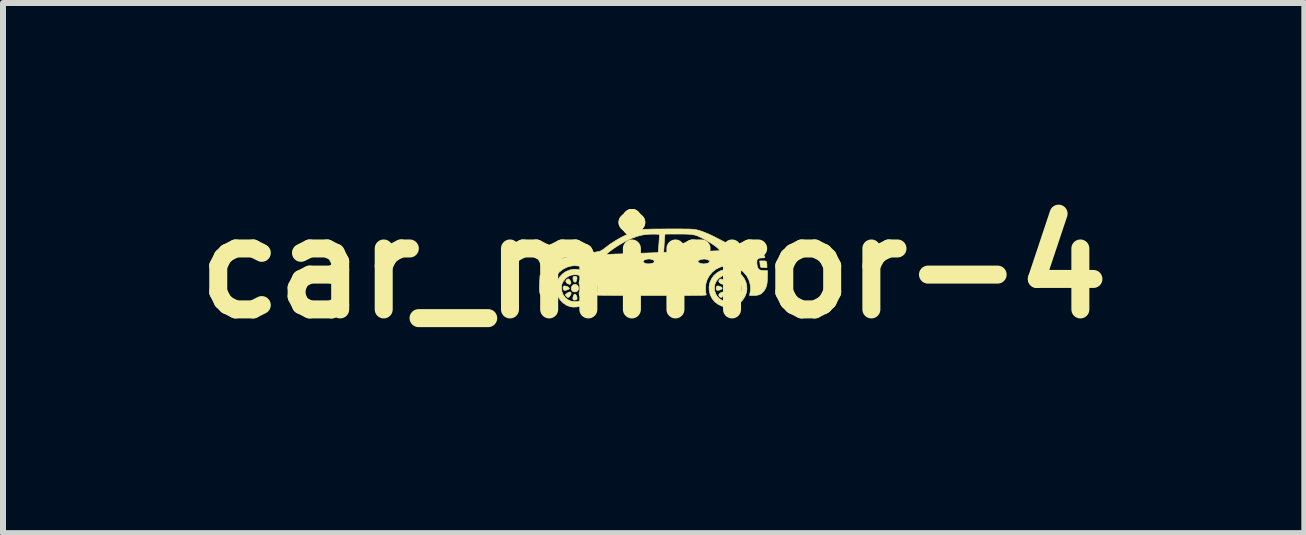
<source format=kicad_pcb>
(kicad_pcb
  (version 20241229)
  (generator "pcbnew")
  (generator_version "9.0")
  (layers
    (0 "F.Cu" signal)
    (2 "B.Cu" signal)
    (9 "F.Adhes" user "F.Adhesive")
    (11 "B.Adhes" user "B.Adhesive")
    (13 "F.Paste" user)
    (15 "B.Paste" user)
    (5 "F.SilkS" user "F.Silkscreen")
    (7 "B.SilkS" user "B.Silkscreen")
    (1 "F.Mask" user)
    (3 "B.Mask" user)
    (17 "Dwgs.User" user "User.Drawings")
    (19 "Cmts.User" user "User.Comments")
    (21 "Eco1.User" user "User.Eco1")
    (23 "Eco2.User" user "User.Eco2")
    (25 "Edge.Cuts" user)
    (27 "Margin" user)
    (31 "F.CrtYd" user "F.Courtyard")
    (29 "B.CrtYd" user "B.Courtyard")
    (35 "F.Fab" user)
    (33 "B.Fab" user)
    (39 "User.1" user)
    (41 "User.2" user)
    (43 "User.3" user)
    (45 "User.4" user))
  (footprint "car_mirror-4"
    (layer "F.Cu")
    (at 7.845 1.418)
    (property "Reference" "car_mirror-4" (at 0 0 0) (layer "F.SilkS") (effects (font (size 1.524 1.524) (thickness 0.3))))
    (attr through_hole)
    (fp_poly (pts (xy -1.382 0.403) (xy -1.375 0.419) (xy -1.381 0.443) (xy -1.398 0.469) (xy -1.416 0.487) (xy -1.433 0.489) (xy -1.451 0.474) (xy -1.456 0.468) (xy -1.475 0.445) (xy -1.452 0.426) (xy -1.422 0.405) (xy -1.398 0.398) (xy -1.382 0.403)) (stroke (width 0.01) (type solid)) (fill yes) (layer "F.SilkS"))
    (fp_poly (pts (xy 1.141 0.187) (xy 1.159 0.209) (xy 1.164 0.22) (xy 1.173 0.248) (xy 1.169 0.266) (xy 1.155 0.271) (xy 1.13 0.264) (xy 1.111 0.254) (xy 1.09 0.235) (xy 1.085 0.215) (xy 1.097 0.194) (xy 1.1 0.191) (xy 1.121 0.181) (xy 1.141 0.187)) (stroke (width 0.01) (type solid)) (fill yes) (layer "F.SilkS"))
    (fp_poly (pts (xy 1.172 0.41) (xy 1.17 0.433) (xy 1.16 0.456) (xy 1.143 0.482) (xy 1.124 0.491) (xy 1.105 0.483) (xy 1.098 0.476) (xy 1.085 0.454) (xy 1.089 0.434) (xy 1.11 0.416) (xy 1.111 0.415) (xy 1.142 0.4) (xy 1.162 0.399) (xy 1.172 0.41)) (stroke (width 0.01) (type solid)) (fill yes) (layer "F.SilkS"))
    (fp_poly (pts (xy -1.419 0.181) (xy -1.402 0.194) (xy -1.387 0.217) (xy -1.378 0.243) (xy -1.378 0.246) (xy -1.382 0.263) (xy -1.398 0.27) (xy -1.422 0.265) (xy -1.445 0.252) (xy -1.46 0.234) (xy -1.465 0.22) (xy -1.459 0.203) (xy -1.444 0.188) (xy -1.427 0.18) (xy -1.419 0.181)) (stroke (width 0.01) (type solid)) (fill yes) (layer "F.SilkS"))
    (fp_poly (pts (xy -1.292 0.139) (xy -1.279 0.152) (xy -1.278 0.177) (xy -1.288 0.214) (xy -1.291 0.222) (xy -1.303 0.235) (xy -1.318 0.235) (xy -1.333 0.221) (xy -1.337 0.213) (xy -1.344 0.186) (xy -1.345 0.164) (xy -1.339 0.146) (xy -1.325 0.138) (xy -1.317 0.137) (xy -1.292 0.139)) (stroke (width 0.01) (type solid)) (fill yes) (layer "F.SilkS"))
    (fp_poly (pts (xy -1.125 0.306) (xy -1.112 0.322) (xy -1.112 0.348) (xy -1.112 0.35) (xy -1.124 0.367) (xy -1.147 0.372) (xy -1.181 0.365) (xy -1.187 0.363) (xy -1.205 0.353) (xy -1.214 0.342) (xy -1.211 0.329) (xy -1.196 0.316) (xy -1.173 0.306) (xy -1.151 0.302) (xy -1.125 0.306)) (stroke (width 0.01) (type solid)) (fill yes) (layer "F.SilkS"))
    (fp_poly (pts (xy -1.301 0.439) (xy -1.287 0.459) (xy -1.278 0.485) (xy -1.277 0.51) (xy -1.28 0.519) (xy -1.293 0.529) (xy -1.314 0.534) (xy -1.334 0.532) (xy -1.341 0.528) (xy -1.346 0.512) (xy -1.345 0.489) (xy -1.339 0.464) (xy -1.33 0.448) (xy -1.317 0.435) (xy -1.307 0.435) (xy -1.301 0.439)) (stroke (width 0.01) (type solid)) (fill yes) (layer "F.SilkS"))
    (fp_poly (pts (xy -1.277 0.282) (xy -1.257 0.306) (xy -1.249 0.336) (xy -1.255 0.363) (xy -1.272 0.384) (xy -1.298 0.396) (xy -1.329 0.397) (xy -1.344 0.392) (xy -1.361 0.378) (xy -1.371 0.354) (xy -1.374 0.328) (xy -1.371 0.317) (xy -1.354 0.289) (xy -1.329 0.273) (xy -1.302 0.271) (xy -1.277 0.282)) (stroke (width 0.01) (type solid)) (fill yes) (layer "F.SilkS"))
    (fp_poly (pts (xy 1.084 0.3) (xy 1.108 0.307) (xy 1.129 0.319) (xy 1.142 0.331) (xy 1.143 0.335) (xy 1.136 0.349) (xy 1.118 0.36) (xy 1.094 0.368) (xy 1.07 0.371) (xy 1.052 0.368) (xy 1.045 0.361) (xy 1.041 0.336) (xy 1.046 0.314) (xy 1.058 0.3) (xy 1.064 0.298) (xy 1.084 0.3)) (stroke (width 0.01) (type solid)) (fill yes) (layer "F.SilkS"))
    (fp_poly (pts (xy 1.259 0.139) (xy 1.272 0.152) (xy 1.274 0.176) (xy 1.269 0.197) (xy 1.256 0.223) (xy 1.241 0.235) (xy 1.225 0.231) (xy 1.219 0.224) (xy 1.212 0.207) (xy 1.208 0.182) (xy 1.207 0.175) (xy 1.208 0.153) (xy 1.213 0.142) (xy 1.226 0.138) (xy 1.233 0.137) (xy 1.259 0.139)) (stroke (width 0.01) (type solid)) (fill yes) (layer "F.SilkS"))
    (fp_poly (pts (xy 1.412 0.298) (xy 1.43 0.309) (xy 1.438 0.331) (xy 1.436 0.35) (xy 1.428 0.367) (xy 1.41 0.372) (xy 1.407 0.372) (xy 1.381 0.368) (xy 1.363 0.362) (xy 1.343 0.346) (xy 1.34 0.331) (xy 1.353 0.316) (xy 1.368 0.308) (xy 1.391 0.301) (xy 1.409 0.298) (xy 1.412 0.298)) (stroke (width 0.01) (type solid)) (fill yes) (layer "F.SilkS"))
    (fp_poly (pts (xy -1.466 0.3) (xy -1.439 0.309) (xy -1.417 0.322) (xy -1.406 0.337) (xy -1.405 0.34) (xy -1.413 0.349) (xy -1.431 0.358) (xy -1.453 0.367) (xy -1.475 0.372) (xy -1.482 0.373) (xy -1.499 0.365) (xy -1.507 0.351) (xy -1.511 0.324) (xy -1.506 0.312) (xy -1.497 0.301) (xy -1.483 0.298) (xy -1.466 0.3)) (stroke (width 0.01) (type solid)) (fill yes) (layer "F.SilkS"))
    (fp_poly (pts (xy -1.211 0.403) (xy -1.186 0.415) (xy -1.165 0.43) (xy -1.161 0.435) (xy -1.155 0.447) (xy -1.16 0.462) (xy -1.165 0.469) (xy -1.183 0.487) (xy -1.203 0.489) (xy -1.224 0.473) (xy -1.227 0.469) (xy -1.239 0.447) (xy -1.244 0.425) (xy -1.243 0.407) (xy -1.234 0.398) (xy -1.231 0.398) (xy -1.211 0.403)) (stroke (width 0.01) (type solid)) (fill yes) (layer "F.SilkS"))
    (fp_poly (pts (xy 1.252 0.439) (xy 1.264 0.458) (xy 1.272 0.482) (xy 1.275 0.505) (xy 1.27 0.521) (xy 1.27 0.521) (xy 1.255 0.53) (xy 1.233 0.533) (xy 1.214 0.531) (xy 1.208 0.528) (xy 1.203 0.512) (xy 1.204 0.49) (xy 1.212 0.465) (xy 1.223 0.444) (xy 1.235 0.432) (xy 1.239 0.432) (xy 1.252 0.439)) (stroke (width 0.01) (type solid)) (fill yes) (layer "F.SilkS"))
    (fp_poly (pts (xy 1.365 0.183) (xy 1.381 0.196) (xy 1.394 0.21) (xy 1.397 0.218) (xy 1.389 0.234) (xy 1.371 0.251) (xy 1.348 0.265) (xy 1.325 0.271) (xy 1.323 0.271) (xy 1.308 0.266) (xy 1.304 0.252) (xy 1.308 0.231) (xy 1.32 0.208) (xy 1.334 0.188) (xy 1.348 0.178) (xy 1.35 0.178) (xy 1.365 0.183)) (stroke (width 0.01) (type solid)) (fill yes) (layer "F.SilkS"))
    (fp_poly (pts (xy -1.165 0.199) (xy -1.161 0.205) (xy -1.155 0.218) (xy -1.158 0.228) (xy -1.171 0.243) (xy -1.176 0.247) (xy -1.198 0.262) (xy -1.219 0.27) (xy -1.224 0.271) (xy -1.239 0.268) (xy -1.244 0.255) (xy -1.245 0.248) (xy -1.239 0.225) (xy -1.226 0.202) (xy -1.225 0.2) (xy -1.204 0.183) (xy -1.184 0.182) (xy -1.165 0.199)) (stroke (width 0.01) (type solid)) (fill yes) (layer "F.SilkS"))
    (fp_poly (pts (xy 1.267 0.279) (xy 1.288 0.298) (xy 1.3 0.326) (xy 1.301 0.328) (xy 1.299 0.355) (xy 1.284 0.378) (xy 1.262 0.392) (xy 1.235 0.397) (xy 1.208 0.39) (xy 1.195 0.381) (xy 1.182 0.359) (xy 1.177 0.332) (xy 1.18 0.306) (xy 1.183 0.3) (xy 1.2 0.285) (xy 1.224 0.274) (xy 1.243 0.271) (xy 1.267 0.279)) (stroke (width 0.01) (type solid)) (fill yes) (layer "F.SilkS"))
    (fp_poly (pts (xy 1.331 0.401) (xy 1.355 0.41) (xy 1.377 0.425) (xy 1.393 0.442) (xy 1.397 0.453) (xy 1.39 0.468) (xy 1.374 0.482) (xy 1.357 0.491) (xy 1.352 0.491) (xy 1.339 0.485) (xy 1.323 0.469) (xy 1.321 0.466) (xy 1.309 0.443) (xy 1.304 0.42) (xy 1.304 0.419) (xy 1.305 0.403) (xy 1.313 0.399) (xy 1.331 0.401)) (stroke (width 0.01) (type solid)) (fill yes) (layer "F.SilkS"))
    (fp_poly (pts (xy 1.852 -0.118) (xy 1.869 -0.116) (xy 1.877 -0.11) (xy 1.881 -0.099) (xy 1.883 -0.092) (xy 1.887 -0.063) (xy 1.888 -0.037) (xy 1.888 -0.008) (xy 1.838 -0.008) (xy 1.81 -0.01) (xy 1.79 -0.013) (xy 1.783 -0.016) (xy 1.78 -0.028) (xy 1.775 -0.051) (xy 1.773 -0.071) (xy 1.767 -0.119) (xy 1.822 -0.119) (xy 1.852 -0.118)) (stroke (width 0.01) (type solid)) (fill yes) (layer "F.SilkS"))
    (fp_poly (pts (xy -1.732 -0.013) (xy -1.727 -0.01) (xy -1.732 0.011) (xy -1.742 0.035) (xy -1.755 0.054) (xy -1.761 0.059) (xy -1.777 0.064) (xy -1.8 0.067) (xy -1.827 0.068) (xy -1.85 0.067) (xy -1.867 0.064) (xy -1.871 0.061) (xy -1.866 0.051) (xy -1.855 0.033) (xy -1.847 0.021) (xy -1.833 0.002) (xy -1.819 -0.009) (xy -1.8 -0.013) (xy -1.776 -0.015) (xy -1.75 -0.015) (xy -1.732 -0.013)) (stroke (width 0.01) (type solid)) (fill yes) (layer "F.SilkS"))
    (fp_poly (pts (xy 1.305 0.026) (xy 1.368 0.047) (xy 1.425 0.08) (xy 1.474 0.125) (xy 1.513 0.18) (xy 1.541 0.245) (xy 1.55 0.28) (xy 1.555 0.348) (xy 1.544 0.415) (xy 1.519 0.478) (xy 1.481 0.535) (xy 1.431 0.584) (xy 1.376 0.619) (xy 1.311 0.642) (xy 1.242 0.65) (xy 1.174 0.644) (xy 1.139 0.635) (xy 1.073 0.604) (xy 1.016 0.56) (xy 0.974 0.508) (xy 0.942 0.444) (xy 0.926 0.377) (xy 0.924 0.322) (xy 1.012 0.322) (xy 1.016 0.379) (xy 1.037 0.436) (xy 1.053 0.463) (xy 1.091 0.507) (xy 1.14 0.538) (xy 1.195 0.556) (xy 1.253 0.56) (xy 1.312 0.55) (xy 1.331 0.543) (xy 1.363 0.524) (xy 1.396 0.495) (xy 1.426 0.459) (xy 1.447 0.424) (xy 1.448 0.421) (xy 1.459 0.39) (xy 1.464 0.36) (xy 1.463 0.324) (xy 1.463 0.322) (xy 1.455 0.272) (xy 1.439 0.231) (xy 1.412 0.191) (xy 1.404 0.182) (xy 1.364 0.146) (xy 1.316 0.124) (xy 1.258 0.113) (xy 1.249 0.112) (xy 1.216 0.111) (xy 1.192 0.113) (xy 1.168 0.12) (xy 1.139 0.135) (xy 1.135 0.137) (xy 1.084 0.172) (xy 1.046 0.216) (xy 1.022 0.267) (xy 1.012 0.322) (xy 0.924 0.322) (xy 0.924 0.31) (xy 0.936 0.244) (xy 0.962 0.183) (xy 1.001 0.127) (xy 1.052 0.081) (xy 1.104 0.05) (xy 1.171 0.027) (xy 1.239 0.019) (xy 1.305 0.026)) (stroke (width 0.01) (type solid)) (fill yes) (layer "F.SilkS"))
    (fp_poly (pts (xy -1.25 0.025) (xy -1.186 0.045) (xy -1.128 0.078) (xy -1.078 0.123) (xy -1.038 0.178) (xy -1.01 0.242) (xy -1 0.284) (xy -0.996 0.352) (xy -1.007 0.419) (xy -1.033 0.482) (xy -1.071 0.539) (xy -1.122 0.587) (xy -1.182 0.624) (xy -1.183 0.624) (xy -1.23 0.64) (xy -1.286 0.648) (xy -1.342 0.65) (xy -1.392 0.643) (xy -1.392 0.643) (xy -1.452 0.62) (xy -1.508 0.582) (xy -1.557 0.533) (xy -1.594 0.476) (xy -1.599 0.467) (xy -1.61 0.442) (xy -1.616 0.419) (xy -1.62 0.392) (xy -1.621 0.357) (xy -1.621 0.334) (xy -1.536 0.334) (xy -1.528 0.396) (xy -1.506 0.45) (xy -1.472 0.494) (xy -1.429 0.528) (xy -1.377 0.551) (xy -1.319 0.56) (xy -1.257 0.554) (xy -1.233 0.549) (xy -1.195 0.53) (xy -1.158 0.499) (xy -1.125 0.461) (xy -1.102 0.419) (xy -1.096 0.402) (xy -1.086 0.342) (xy -1.092 0.285) (xy -1.11 0.232) (xy -1.141 0.186) (xy -1.181 0.149) (xy -1.23 0.124) (xy -1.286 0.111) (xy -1.304 0.11) (xy -1.369 0.117) (xy -1.424 0.139) (xy -1.471 0.174) (xy -1.509 0.225) (xy -1.512 0.23) (xy -1.526 0.258) (xy -1.533 0.284) (xy -1.536 0.314) (xy -1.536 0.334) (xy -1.621 0.334) (xy -1.621 0.291) (xy -1.618 0.259) (xy -1.612 0.234) (xy -1.603 0.211) (xy -1.602 0.209) (xy -1.564 0.145) (xy -1.514 0.093) (xy -1.453 0.053) (xy -1.387 0.029) (xy -1.317 0.019) (xy -1.25 0.025)) (stroke (width 0.01) (type solid)) (fill yes) (layer "F.SilkS"))
    (fp_poly (pts (xy 0.356 -0.652) (xy 0.434 -0.652) (xy 0.498 -0.651) (xy 0.551 -0.651) (xy 0.593 -0.65) (xy 0.627 -0.648) (xy 0.654 -0.647) (xy 0.676 -0.644) (xy 0.695 -0.641) (xy 0.713 -0.638) (xy 0.724 -0.635) (xy 0.773 -0.622) (xy 0.825 -0.604) (xy 0.882 -0.581) (xy 0.947 -0.553) (xy 1.022 -0.516) (xy 1.106 -0.473) (xy 1.268 -0.389) (xy 1.515 -0.33) (xy 1.578 -0.315) (xy 1.637 -0.3) (xy 1.689 -0.287) (xy 1.733 -0.275) (xy 1.765 -0.266) (xy 1.783 -0.26) (xy 1.786 -0.259) (xy 1.807 -0.244) (xy 1.829 -0.223) (xy 1.846 -0.201) (xy 1.854 -0.184) (xy 1.854 -0.181) (xy 1.85 -0.174) (xy 1.834 -0.17) (xy 1.805 -0.169) (xy 1.803 -0.169) (xy 1.766 -0.166) (xy 1.74 -0.156) (xy 1.724 -0.136) (xy 1.719 -0.105) (xy 1.722 -0.061) (xy 1.727 -0.034) (xy 1.738 0.001) (xy 1.757 0.024) (xy 1.786 0.037) (xy 1.828 0.042) (xy 1.838 0.042) (xy 1.897 0.042) (xy 1.896 0.142) (xy 1.894 0.211) (xy 1.888 0.267) (xy 1.876 0.313) (xy 1.858 0.352) (xy 1.833 0.388) (xy 1.821 0.401) (xy 1.79 0.429) (xy 1.755 0.446) (xy 1.711 0.455) (xy 1.667 0.457) (xy 1.598 0.457) (xy 1.603 0.433) (xy 1.613 0.37) (xy 1.614 0.316) (xy 1.609 0.275) (xy 1.588 0.2) (xy 1.553 0.133) (xy 1.506 0.075) (xy 1.45 0.027) (xy 1.386 -0.009) (xy 1.316 -0.032) (xy 1.242 -0.04) (xy 1.184 -0.036) (xy 1.109 -0.016) (xy 1.04 0.018) (xy 0.98 0.065) (xy 0.93 0.123) (xy 0.893 0.19) (xy 0.872 0.253) (xy 0.868 0.283) (xy 0.866 0.322) (xy 0.866 0.363) (xy 0.868 0.401) (xy 0.873 0.431) (xy 0.876 0.442) (xy 0.876 0.445) (xy 0.875 0.447) (xy 0.87 0.449) (xy 0.862 0.45) (xy 0.849 0.452) (xy 0.83 0.453) (xy 0.804 0.454) (xy 0.771 0.455) (xy 0.729 0.455) (xy 0.678 0.456) (xy 0.617 0.456) (xy 0.544 0.457) (xy 0.459 0.457) (xy 0.361 0.457) (xy 0.249 0.457) (xy 0.122 0.457) (xy -0.021 0.457) (xy -0.038 0.457) (xy -0.161 0.457) (xy -0.279 0.457) (xy -0.391 0.457) (xy -0.497 0.456) (xy -0.594 0.456) (xy -0.681 0.455) (xy -0.759 0.455) (xy -0.825 0.454) (xy -0.878 0.453) (xy -0.918 0.452) (xy -0.944 0.451) (xy -0.953 0.45) (xy -0.953 0.45) (xy -0.95 0.439) (xy -0.945 0.416) (xy -0.941 0.392) (xy -0.937 0.316) (xy -0.948 0.244) (xy -0.973 0.177) (xy -1.009 0.116) (xy -1.057 0.062) (xy -1.113 0.018) (xy -1.176 -0.014) (xy -1.246 -0.034) (xy -1.319 -0.04) (xy -1.369 -0.035) (xy -1.445 -0.015) (xy -1.514 0.021) (xy -1.574 0.068) (xy -1.623 0.127) (xy -1.66 0.196) (xy -1.672 0.232) (xy -1.679 0.265) (xy -1.682 0.305) (xy -1.683 0.349) (xy -1.682 0.391) (xy -1.677 0.425) (xy -1.672 0.442) (xy -1.671 0.449) (xy -1.675 0.453) (xy -1.686 0.455) (xy -1.708 0.457) (xy -1.742 0.457) (xy -1.773 0.457) (xy -1.817 0.457) (xy -1.848 0.456) (xy -1.868 0.454) (xy -1.88 0.45) (xy -1.886 0.444) (xy -1.887 0.442) (xy -1.895 0.423) (xy -1.9 0.397) (xy -1.903 0.364) (xy -1.903 0.32) (xy -1.901 0.263) (xy -1.901 0.246) (xy -1.894 0.12) (xy -1.82 0.117) (xy -1.776 0.114) (xy -1.745 0.107) (xy -1.723 0.094) (xy -1.706 0.074) (xy -1.692 0.047) (xy -1.679 0.007) (xy -1.679 -0.026) (xy -1.689 -0.051) (xy -1.711 -0.065) (xy -1.73 -0.068) (xy -1.747 -0.07) (xy -1.747 -0.077) (xy -1.731 -0.088) (xy -1.704 -0.102) (xy -1.684 -0.11) (xy -0.174 -0.11) (xy -0.166 -0.093) (xy -0.145 -0.08) (xy -0.116 -0.072) (xy -0.081 -0.07) (xy -0.044 -0.074) (xy -0.021 -0.08) (xy 0.002 -0.09) (xy 0.012 -0.103) (xy 0.013 -0.11) (xy 0.013 -0.11) (xy 0.737 -0.11) (xy 0.744 -0.096) (xy 0.767 -0.083) (xy 0.779 -0.079) (xy 0.828 -0.069) (xy 0.876 -0.074) (xy 0.891 -0.078) (xy 0.917 -0.089) (xy 0.932 -0.103) (xy 0.935 -0.117) (xy 0.929 -0.125) (xy 0.893 -0.143) (xy 0.849 -0.151) (xy 0.802 -0.147) (xy 0.773 -0.139) (xy 0.746 -0.125) (xy 0.737 -0.11) (xy 0.013 -0.11) (xy 0.008 -0.124) (xy -0.008 -0.135) (xy -0.021 -0.14) (xy -0.049 -0.148) (xy -0.076 -0.152) (xy -0.08 -0.152) (xy -0.105 -0.149) (xy -0.134 -0.142) (xy -0.14 -0.14) (xy -0.163 -0.13) (xy -0.172 -0.118) (xy -0.174 -0.11) (xy -1.684 -0.11) (xy -1.656 -0.121) (xy -1.593 -0.141) (xy -1.516 -0.162) (xy -1.425 -0.183) (xy -1.323 -0.204) (xy -1.211 -0.225) (xy -1.198 -0.227) (xy -0.792 -0.227) (xy -0.673 -0.232) (xy -0.636 -0.234) (xy -0.585 -0.235) (xy -0.523 -0.237) (xy -0.453 -0.24) (xy -0.378 -0.242) (xy -0.3 -0.245) (xy -0.241 -0.246) (xy -0.17 -0.249) (xy -0.105 -0.251) (xy -0.046 -0.253) (xy 0.003 -0.255) (xy 0.04 -0.257) (xy 0.065 -0.258) (xy 0.075 -0.259) (xy 0.075 -0.259) (xy 0.076 -0.262) (xy 0.167 -0.262) (xy 0.259 -0.263) (xy 0.288 -0.263) (xy 0.331 -0.264) (xy 0.386 -0.265) (xy 0.451 -0.267) (xy 0.524 -0.269) (xy 0.602 -0.271) (xy 0.683 -0.274) (xy 0.723 -0.275) (xy 0.8 -0.278) (xy 0.873 -0.28) (xy 0.938 -0.283) (xy 0.994 -0.285) (xy 1.04 -0.287) (xy 1.073 -0.288) (xy 1.092 -0.289) (xy 1.097 -0.29) (xy 1.096 -0.301) (xy 1.082 -0.319) (xy 1.057 -0.342) (xy 1.023 -0.369) (xy 0.981 -0.398) (xy 0.934 -0.429) (xy 0.883 -0.46) (xy 0.83 -0.489) (xy 0.801 -0.503) (xy 0.763 -0.521) (xy 0.73 -0.536) (xy 0.699 -0.547) (xy 0.667 -0.555) (xy 0.631 -0.561) (xy 0.589 -0.564) (xy 0.538 -0.566) (xy 0.475 -0.567) (xy 0.406 -0.567) (xy 0.189 -0.567) (xy 0.183 -0.514) (xy 0.181 -0.484) (xy 0.178 -0.442) (xy 0.175 -0.396) (xy 0.173 -0.362) (xy 0.167 -0.262) (xy 0.076 -0.262) (xy 0.077 -0.268) (xy 0.079 -0.291) (xy 0.082 -0.326) (xy 0.085 -0.371) (xy 0.089 -0.421) (xy 0.092 -0.476) (xy 0.095 -0.521) (xy 0.097 -0.563) (xy 0.008 -0.566) (xy -0.088 -0.564) (xy -0.18 -0.553) (xy -0.27 -0.531) (xy -0.363 -0.497) (xy -0.45 -0.457) (xy -0.498 -0.431) (xy -0.552 -0.4) (xy -0.608 -0.365) (xy -0.661 -0.33) (xy -0.709 -0.296) (xy -0.747 -0.266) (xy -0.758 -0.258) (xy -0.792 -0.227) (xy -1.198 -0.227) (xy -1.092 -0.245) (xy -1.039 -0.254) (xy -0.99 -0.262) (xy -0.948 -0.27) (xy -0.916 -0.276) (xy -0.898 -0.279) (xy -0.897 -0.28) (xy -0.877 -0.289) (xy -0.849 -0.306) (xy -0.819 -0.328) (xy -0.809 -0.336) (xy -0.724 -0.4) (xy -0.632 -0.459) (xy -0.536 -0.514) (xy -0.439 -0.561) (xy -0.345 -0.599) (xy -0.256 -0.628) (xy -0.186 -0.643) (xy -0.165 -0.645) (xy -0.128 -0.647) (xy -0.077 -0.648) (xy -0.014 -0.65) (xy 0.06 -0.651) (xy 0.143 -0.651) (xy 0.234 -0.652) (xy 0.262 -0.652) (xy 0.356 -0.652)) (stroke (width 0.01) (type solid)) (fill yes) (layer "F.SilkS")))
  (gr_rect
    (start -3 -3)
    (end 18.69 5.836)
    (stroke (width 0.1) (type default))
    (fill no)
    (layer "Edge.Cuts")))
</source>
